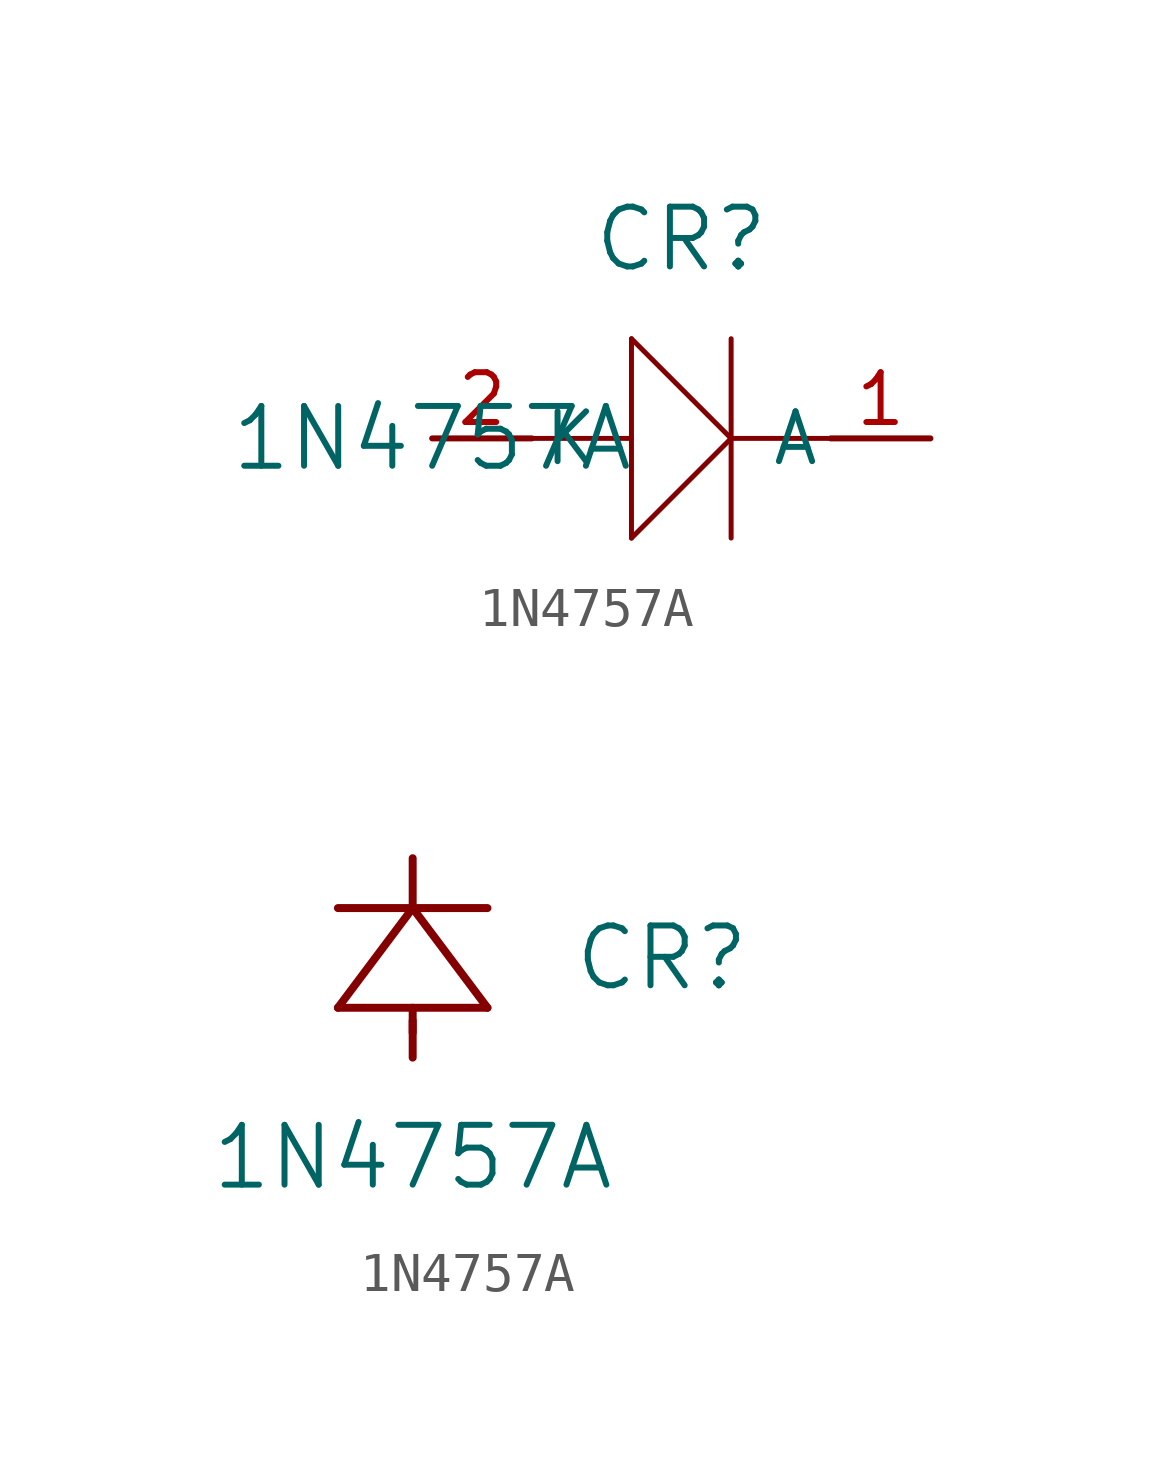
<source format=kicad_sym>
(kicad_symbol_lib
  (version 20211014)
  (generator kicad_symbol_editor)
  (symbol "1N4757A"
    (pin_names
      (offset 0.254))
    (property "Reference" "CR"
      (at 6.35 5.08 0)
      (effects (font (size 1.524 1.524))))
    (property "Value" "1N4757A"
      (at 0 0 0)
      (effects (font (size 1.524 1.524))))
    (symbol "1N4757A_1_1"
      (polyline (pts (xy 2.54 0) (xy 5.08 0)) (stroke (width 0.127) (type default) (color 0 0 0 0)) (fill (type none)))
      (polyline (pts (xy 10.16 0) (xy 7.62 0)) (stroke (width 0.127) (type default) (color 0 0 0 0)) (fill (type none)))
      (polyline (pts (xy 7.62 2.54) (xy 7.62 -2.54)) (stroke (width 0.127) (type default) (color 0 0 0 0)) (fill (type none)))
      (polyline (pts (xy 5.08 2.54) (xy 5.08 -2.54)) (stroke (width 0.127) (type default) (color 0 0 0 0)) (fill (type none)))
      (polyline (pts (xy 5.08 2.54) (xy 7.62 0)) (stroke (width 0.127) (type default) (color 0 0 0 0)) (fill (type none)))
      (polyline (pts (xy 5.08 -2.54) (xy 7.62 0)) (stroke (width 0.127) (type default) (color 0 0 0 0)) (fill (type none)))
      (pin unspecified line (at 0 0 0) (length 2.54) (name "K" (effects (font (size 1.27 1.27)))) (number "2" (effects (font (size 1.27 1.27)))))
      (pin unspecified line (at 12.7 0 180) (length 2.54) (name "A" (effects (font (size 1.27 1.27)))) (number "1" (effects (font (size 1.27 1.27))))))
    (symbol "1N4757A_1_2"
      (polyline (pts (xy 0 2.54) (xy 0 3.48)) (stroke (width 0.203) (type default) (color 0 0 0 0)) (fill (type none)))
      (polyline (pts (xy -1.905 3.81) (xy 1.905 3.81)) (stroke (width 0.203) (type default) (color 0 0 0 0)) (fill (type none)))
      (polyline (pts (xy 0 3.175) (xy 0 3.81)) (stroke (width 0.203) (type default) (color 0 0 0 0)) (fill (type none)))
      (polyline (pts (xy 1.905 6.35) (xy -1.905 6.35)) (stroke (width 0.203) (type default) (color 0 0 0 0)) (fill (type none)))
      (polyline (pts (xy 0 6.35) (xy 0 7.62)) (stroke (width 0.203) (type default) (color 0 0 0 0)) (fill (type none)))
      (polyline (pts (xy 0 6.35) (xy -1.905 3.81)) (stroke (width 0.203) (type default) (color 0 0 0 0)) (fill (type none)))
      (polyline (pts (xy 1.905 3.81) (xy 0 6.35)) (stroke (width 0.203) (type default) (color 0 0 0 0)) (fill (type none))))))
</source>
